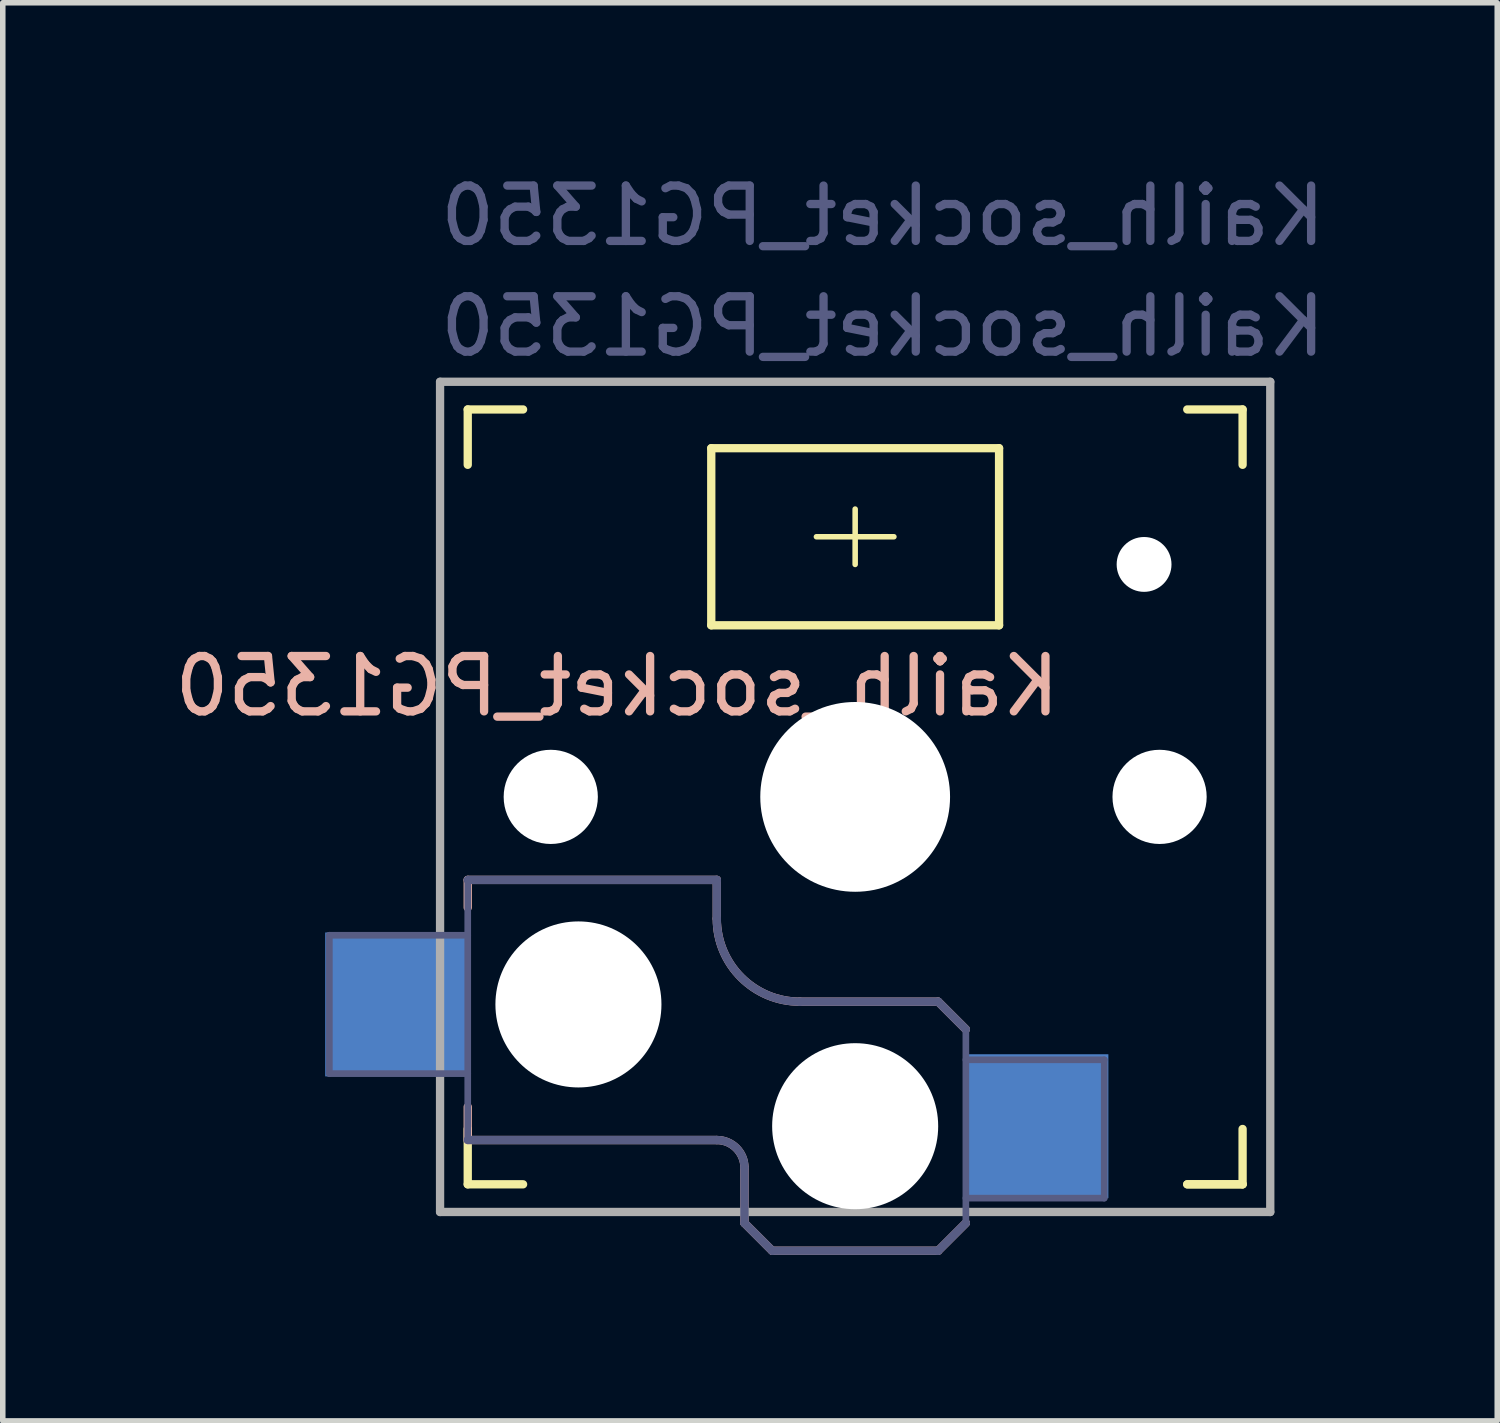
<source format=kicad_pcb>
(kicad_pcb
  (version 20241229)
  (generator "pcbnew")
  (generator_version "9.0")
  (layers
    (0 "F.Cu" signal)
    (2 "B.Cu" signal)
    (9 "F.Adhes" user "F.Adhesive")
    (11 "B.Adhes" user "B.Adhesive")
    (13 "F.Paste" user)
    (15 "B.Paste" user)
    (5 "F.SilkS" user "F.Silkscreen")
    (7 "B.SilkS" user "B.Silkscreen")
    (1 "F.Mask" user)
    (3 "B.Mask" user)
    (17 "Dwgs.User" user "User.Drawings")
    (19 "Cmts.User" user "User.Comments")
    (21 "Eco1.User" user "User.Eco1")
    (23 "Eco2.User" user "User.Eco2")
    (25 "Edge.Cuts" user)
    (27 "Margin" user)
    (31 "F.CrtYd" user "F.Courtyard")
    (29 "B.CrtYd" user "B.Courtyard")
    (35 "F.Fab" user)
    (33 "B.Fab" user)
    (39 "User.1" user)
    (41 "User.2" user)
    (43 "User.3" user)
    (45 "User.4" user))
  (footprint "Kailh_socket_PG1350"
    (layer "F.Cu")
    (at 12.401 11.348)
    (property "Reference" "Kailh_socket_PG1350" (at -4.3 -2 0) (layer "B.SilkS") (effects (font (size 1 1) (thickness 0.15)) (justify mirror)))
    (property "Value" "Kailh_socket_PG1350" (at 0 9.5 0) (layer "F.Fab") (hide yes) (effects (font (size 1 1) (thickness 0.15))))
    (attr smd)
    (fp_line (start -7 -6) (end -7 -7) (stroke (width 0.15) (type solid)) (layer "F.SilkS"))
    (fp_line (start -7 7) (end -7 6) (stroke (width 0.15) (type solid)) (layer "F.SilkS"))
    (fp_line (start -7 7) (end -6 7) (stroke (width 0.15) (type solid)) (layer "F.SilkS"))
    (fp_line (start -6 -7) (end -7 -7) (stroke (width 0.15) (type solid)) (layer "F.SilkS"))
    (fp_line (start -2.6 -3.1) (end -2.6 -6.3) (stroke (width 0.15) (type solid)) (layer "F.SilkS"))
    (fp_line (start -2.6 -3.1) (end 2.6 -3.1) (stroke (width 0.15) (type solid)) (layer "F.SilkS"))
    (fp_line (start -0.7 -4.7) (end 0.7 -4.7) (stroke (width 0.1) (type default)) (layer "F.SilkS"))
    (fp_line (start 0 -5.2) (end 0 -4.2) (stroke (width 0.1) (type default)) (layer "F.SilkS"))
    (fp_line (start 2.6 -6.3) (end -2.6 -6.3) (stroke (width 0.15) (type solid)) (layer "F.SilkS"))
    (fp_line (start 2.6 -3.1) (end 2.6 -6.3) (stroke (width 0.15) (type solid)) (layer "F.SilkS"))
    (fp_line (start 6 7) (end 7 7) (stroke (width 0.15) (type solid)) (layer "F.SilkS"))
    (fp_line (start 7 -7) (end 6 -7) (stroke (width 0.15) (type solid)) (layer "F.SilkS"))
    (fp_line (start 7 -7) (end 7 -6) (stroke (width 0.15) (type solid)) (layer "F.SilkS"))
    (fp_line (start 7 6) (end 7 7) (stroke (width 0.15) (type solid)) (layer "F.SilkS"))
    (fp_line (start 7 7) (end 6 7) (stroke (width 0.15) (type solid)) (layer "F.SilkS"))
    (fp_line (start -7 1.5) (end -7 2) (stroke (width 0.15) (type solid)) (layer "B.SilkS"))
    (fp_line (start -7 5.6) (end -7 6.2) (stroke (width 0.15) (type solid)) (layer "B.SilkS"))
    (fp_line (start -7 6.2) (end -2.5 6.2) (stroke (width 0.15) (type solid)) (layer "B.SilkS"))
    (fp_line (start -2.5 1.5) (end -7 1.5) (stroke (width 0.15) (type solid)) (layer "B.SilkS"))
    (fp_line (start -2.5 2.2) (end -2.5 1.5) (stroke (width 0.15) (type solid)) (layer "B.SilkS"))
    (fp_line (start -2 6.7) (end -2 7.7) (stroke (width 0.15) (type solid)) (layer "B.SilkS"))
    (fp_line (start -1.5 8.2) (end -2 7.7) (stroke (width 0.15) (type solid)) (layer "B.SilkS"))
    (fp_line (start 1.5 3.7) (end -1 3.7) (stroke (width 0.15) (type solid)) (layer "B.SilkS"))
    (fp_line (start 1.5 8.2) (end -1.5 8.2) (stroke (width 0.15) (type solid)) (layer "B.SilkS"))
    (fp_line (start 2 4.2) (end 1.5 3.7) (stroke (width 0.15) (type solid)) (layer "B.SilkS"))
    (fp_line (start 2 7.7) (end 1.5 8.2) (stroke (width 0.15) (type solid)) (layer "B.SilkS"))
    (fp_arc (start -2.5 6.2) (mid -2.146447 6.346447) (end -2 6.7) (stroke (width 0.15) (type solid)) (layer "B.SilkS"))
    (fp_arc (start -1 3.7) (mid -2.06066 3.26066) (end -2.5 2.2) (stroke (width 0.15) (type solid)) (layer "B.SilkS"))
    (fp_line (start -6.9 6.9) (end -6.9 -6.9) (stroke (width 0.15) (type solid)) (layer "Eco2.User"))
    (fp_line (start -6.9 6.9) (end 6.9 6.9) (stroke (width 0.15) (type solid)) (layer "Eco2.User"))
    (fp_line (start 6.9 -6.9) (end -6.9 -6.9) (stroke (width 0.15) (type solid)) (layer "Eco2.User"))
    (fp_line (start 6.9 -6.9) (end 6.9 6.9) (stroke (width 0.15) (type solid)) (layer "Eco2.User"))
    (fp_line (start -9.5 2.5) (end -7 2.5) (stroke (width 0.12) (type solid)) (layer "B.Fab"))
    (fp_line (start -9.5 5) (end -9.5 2.5) (stroke (width 0.12) (type solid)) (layer "B.Fab"))
    (fp_line (start -7 1.5) (end -7 6.2) (stroke (width 0.12) (type solid)) (layer "B.Fab"))
    (fp_line (start -7 5) (end -9.5 5) (stroke (width 0.12) (type solid)) (layer "B.Fab"))
    (fp_line (start -7 6.2) (end -2.5 6.2) (stroke (width 0.15) (type solid)) (layer "B.Fab"))
    (fp_line (start -2.5 1.5) (end -7 1.5) (stroke (width 0.15) (type solid)) (layer "B.Fab"))
    (fp_line (start -2.5 2.2) (end -2.5 1.5) (stroke (width 0.15) (type solid)) (layer "B.Fab"))
    (fp_line (start -2 6.7) (end -2 7.7) (stroke (width 0.15) (type solid)) (layer "B.Fab"))
    (fp_line (start -1.5 8.2) (end -2 7.7) (stroke (width 0.15) (type solid)) (layer "B.Fab"))
    (fp_line (start 1.5 3.7) (end -1 3.7) (stroke (width 0.15) (type solid)) (layer "B.Fab"))
    (fp_line (start 1.5 8.2) (end -1.5 8.2) (stroke (width 0.15) (type solid)) (layer "B.Fab"))
    (fp_line (start 2 4.2) (end 1.5 3.7) (stroke (width 0.15) (type solid)) (layer "B.Fab"))
    (fp_line (start 2 4.25) (end 2 7.7) (stroke (width 0.12) (type solid)) (layer "B.Fab"))
    (fp_line (start 2 4.75) (end 4.5 4.75) (stroke (width 0.12) (type solid)) (layer "B.Fab"))
    (fp_line (start 2 7.7) (end 1.5 8.2) (stroke (width 0.15) (type solid)) (layer "B.Fab"))
    (fp_line (start 4.5 4.75) (end 4.5 7.25) (stroke (width 0.12) (type solid)) (layer "B.Fab"))
    (fp_line (start 4.5 7.25) (end 2 7.25) (stroke (width 0.12) (type solid)) (layer "B.Fab"))
    (fp_arc (start -2.5 6.2) (mid -2.146447 6.346447) (end -2 6.7) (stroke (width 0.15) (type solid)) (layer "B.Fab"))
    (fp_arc (start -1 3.7) (mid -2.06066 3.26066) (end -2.5 2.2) (stroke (width 0.15) (type solid)) (layer "B.Fab"))
    (fp_line (start -7.5 -7.5) (end 7.5 -7.5) (stroke (width 0.15) (type solid)) (layer "F.Fab"))
    (fp_line (start -7.5 7.5) (end -7.5 -7.5) (stroke (width 0.15) (type solid)) (layer "F.Fab"))
    (fp_line (start 7.5 -7.5) (end 7.5 7.5) (stroke (width 0.15) (type solid)) (layer "F.Fab"))
    (fp_line (start 7.5 7.5) (end -7.5 7.5) (stroke (width 0.15) (type solid)) (layer "F.Fab"))
    (fp_text user "${REFERENCE}" (at 0.5 -8.5 0) (layer "B.Fab") (effects (font (size 1 1) (thickness 0.15)) (justify mirror)))
    (fp_text user "${VALUE}" (at 0.5 -10.5 0) (layer "B.Fab") (effects (font (size 1 1) (thickness 0.15)) (justify mirror)))
    (pad "" np_thru_hole circle (at -5.5 0) (size 1.702 1.702) (drill 1.702) (layers "*.Cu" "*.Mask"))
    (pad "" np_thru_hole circle (at -5 3.75) (size 3 3) (drill 3) (layers "*.Cu" "*.Mask"))
    (pad "" np_thru_hole circle (at 0 0) (size 3.429 3.429) (drill 3.429) (layers "*.Cu" "*.Mask"))
    (pad "" np_thru_hole circle (at 0 5.95) (size 3 3) (drill 3) (layers "*.Cu" "*.Mask"))
    (pad "" np_thru_hole circle (at 5.22 -4.2) (size 0.991 0.991) (drill 0.991) (layers "*.Cu" "*.Mask"))
    (pad "" np_thru_hole circle (at 5.5 0) (size 1.702 1.702) (drill 1.702) (layers "*.Cu" "*.Mask"))
    (pad "1" smd rect (at 3.275 5.95) (size 2.6 2.6) (layers "B.Cu" "B.Mask" "B.Paste"))
    (pad "2" smd rect (at -8.275 3.75) (size 2.6 2.6) (layers "B.Cu" "B.Mask" "B.Paste")))
  (gr_rect
    (start -3 -3)
    (end 24.002 22.623)
    (stroke (width 0.1) (type default))
    (fill no)
    (layer "Edge.Cuts")))
</source>
